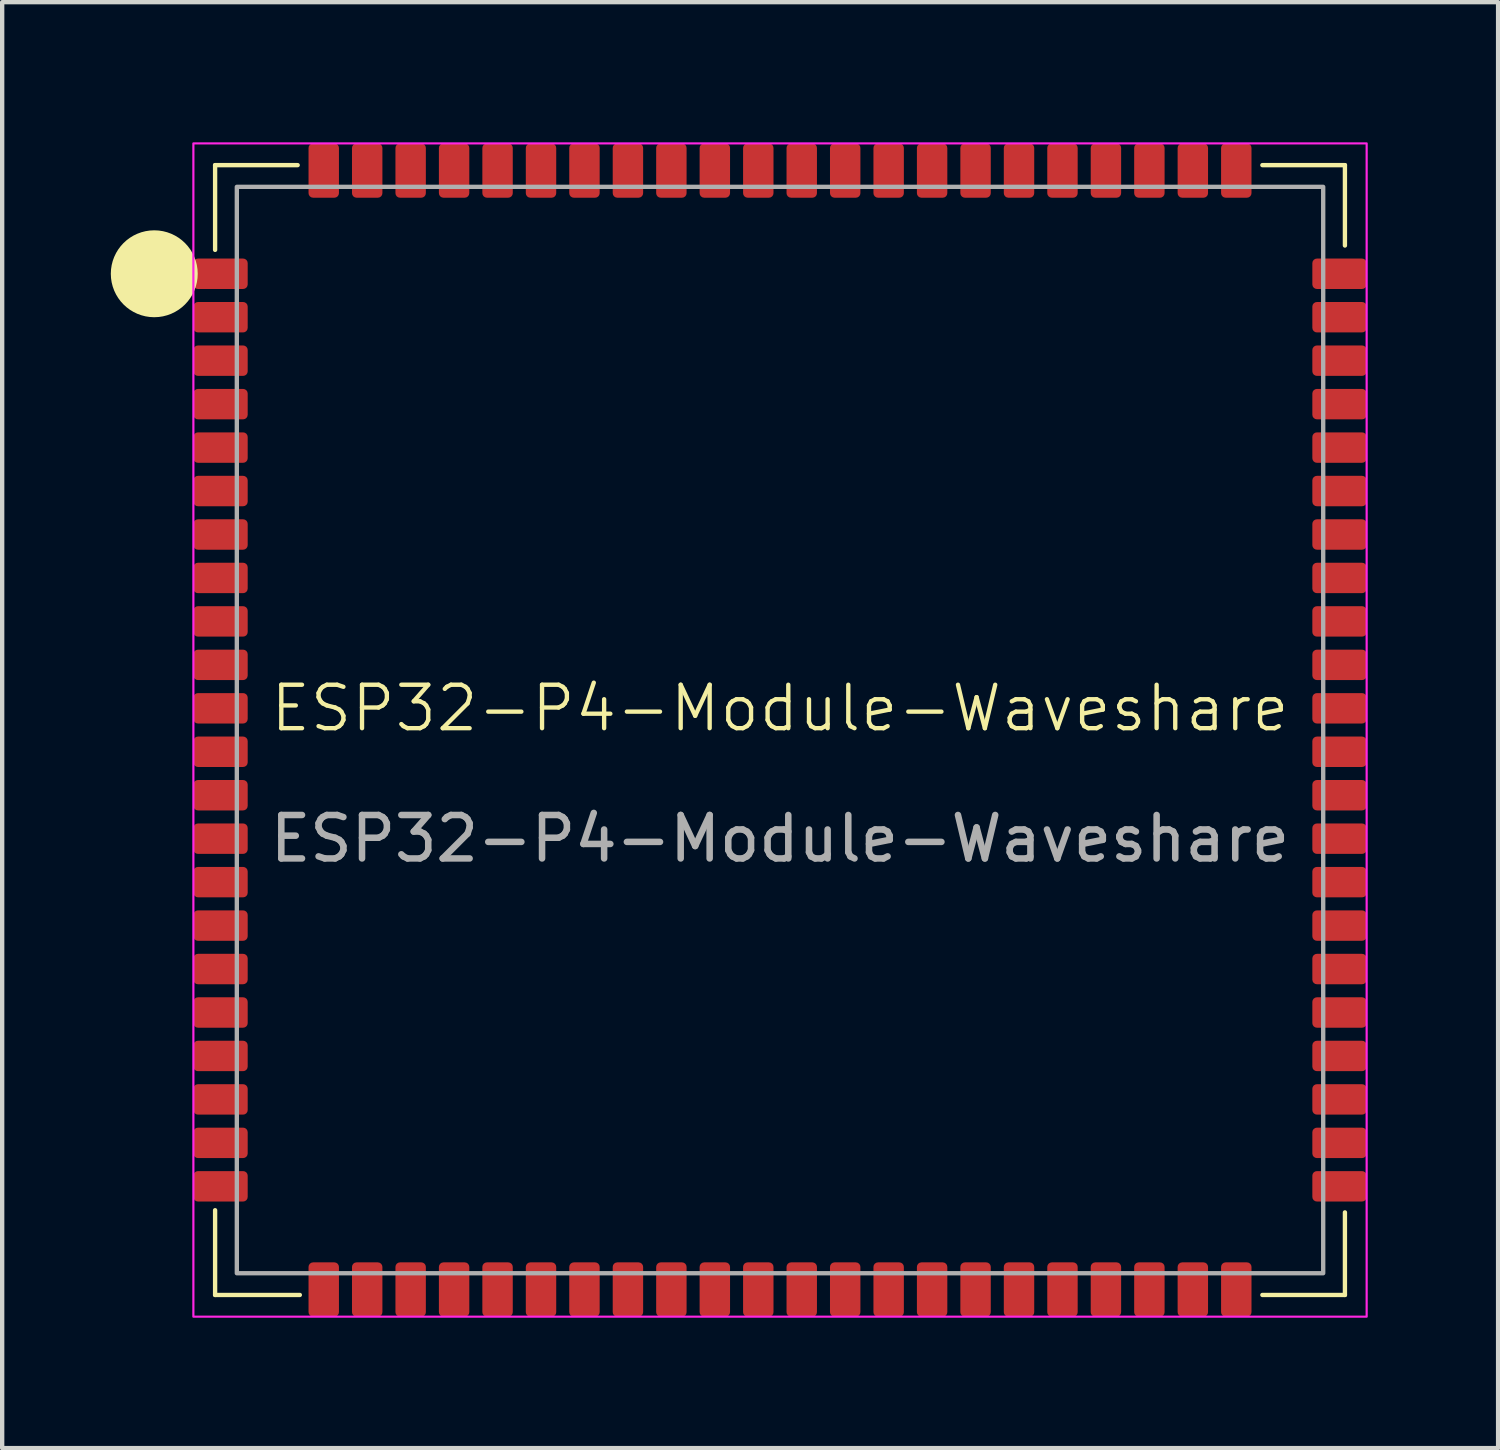
<source format=kicad_pcb>
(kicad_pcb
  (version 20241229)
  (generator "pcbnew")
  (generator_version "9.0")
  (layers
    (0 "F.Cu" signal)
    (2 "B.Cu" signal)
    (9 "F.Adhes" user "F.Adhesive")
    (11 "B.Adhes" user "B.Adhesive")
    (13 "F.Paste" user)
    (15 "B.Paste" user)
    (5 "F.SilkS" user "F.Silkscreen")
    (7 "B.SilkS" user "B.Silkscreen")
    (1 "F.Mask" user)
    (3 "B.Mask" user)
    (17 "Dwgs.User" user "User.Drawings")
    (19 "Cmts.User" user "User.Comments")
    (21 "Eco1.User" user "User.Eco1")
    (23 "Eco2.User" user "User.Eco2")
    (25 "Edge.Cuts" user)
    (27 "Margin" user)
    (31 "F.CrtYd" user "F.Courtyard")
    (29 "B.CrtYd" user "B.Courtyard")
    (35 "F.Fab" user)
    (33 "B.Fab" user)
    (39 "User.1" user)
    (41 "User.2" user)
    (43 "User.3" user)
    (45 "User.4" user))
  (footprint "ESP32-P4-Module-Waveshare"
    (layer "F.Cu")
    (at 1.4 0.25)
    (property "Reference" "ESP32-P4-Module-Waveshare" (at 13.5 13 0) (unlocked yes) (layer "F.SilkS") (effects (font (size 1 1) (thickness 0.1))))
    (attr through_hole)
    (fp_line (start 0.5 0.5) (end 2.4 0.5) (stroke (width 0.1) (type default)) (layer "F.SilkS"))
    (fp_line (start 0.5 2.45) (end 0.5 0.5) (stroke (width 0.1) (type default)) (layer "F.SilkS"))
    (fp_line (start 0.5 26.5) (end 0.5 24.55) (stroke (width 0.1) (type default)) (layer "F.SilkS"))
    (fp_line (start 2.45 26.5) (end 0.5 26.5) (stroke (width 0.1) (type default)) (layer "F.SilkS"))
    (fp_line (start 26.5 0.5) (end 24.6 0.5) (stroke (width 0.1) (type default)) (layer "F.SilkS"))
    (fp_line (start 26.5 2.35) (end 26.5 0.5) (stroke (width 0.1) (type default)) (layer "F.SilkS"))
    (fp_line (start 26.5 24.6) (end 26.5 26.5) (stroke (width 0.1) (type default)) (layer "F.SilkS"))
    (fp_line (start 26.5 26.5) (end 24.6 26.5) (stroke (width 0.1) (type default)) (layer "F.SilkS"))
    (fp_circle (center -0.9 3) (end -0.9 3) (stroke (width 1) (type solid)) (fill no) (layer "F.SilkS"))
    (fp_rect (start 0 0) (end 27 27) (stroke (width 0.05) (type solid)) (fill no) (layer "F.CrtYd"))
    (fp_rect (start 1 1) (end 26 26) (stroke (width 0.1) (type solid)) (fill no) (layer "F.Fab"))
    (fp_text user "${REFERENCE}" (at 13.5 16 0) (unlocked yes) (layer "F.Fab") (effects (font (size 1 1) (thickness 0.15))))
    (pad "1" smd roundrect (at 0.625 3) (size 1.25 0.7) (layers "F.Cu" "F.Mask" "F.Paste") (roundrect_rratio 0.15))
    (pad "2" smd roundrect (at 0.625 4 180) (size 1.25 0.7) (layers "F.Cu" "F.Mask" "F.Paste") (roundrect_rratio 0.15))
    (pad "3" smd roundrect (at 0.625 5 180) (size 1.25 0.7) (layers "F.Cu" "F.Mask" "F.Paste") (roundrect_rratio 0.15))
    (pad "4" smd roundrect (at 0.625 6 180) (size 1.25 0.7) (layers "F.Cu" "F.Mask" "F.Paste") (roundrect_rratio 0.15))
    (pad "5" smd roundrect (at 0.625 7 180) (size 1.25 0.7) (layers "F.Cu" "F.Mask" "F.Paste") (roundrect_rratio 0.15))
    (pad "6" smd roundrect (at 0.625 8 180) (size 1.25 0.7) (layers "F.Cu" "F.Mask" "F.Paste") (roundrect_rratio 0.15))
    (pad "7" smd roundrect (at 0.625 9 180) (size 1.25 0.7) (layers "F.Cu" "F.Mask" "F.Paste") (roundrect_rratio 0.15))
    (pad "8" smd roundrect (at 0.625 10 180) (size 1.25 0.7) (layers "F.Cu" "F.Mask" "F.Paste") (roundrect_rratio 0.15))
    (pad "9" smd roundrect (at 0.625 11 180) (size 1.25 0.7) (layers "F.Cu" "F.Mask" "F.Paste") (roundrect_rratio 0.15))
    (pad "10" smd roundrect (at 0.625 12 180) (size 1.25 0.7) (layers "F.Cu" "F.Mask" "F.Paste") (roundrect_rratio 0.15))
    (pad "11" smd roundrect (at 0.625 13 180) (size 1.25 0.7) (layers "F.Cu" "F.Mask" "F.Paste") (roundrect_rratio 0.15))
    (pad "12" smd roundrect (at 0.625 14 180) (size 1.25 0.7) (layers "F.Cu" "F.Mask" "F.Paste") (roundrect_rratio 0.15))
    (pad "13" smd roundrect (at 0.625 15 180) (size 1.25 0.7) (layers "F.Cu" "F.Mask" "F.Paste") (roundrect_rratio 0.15))
    (pad "14" smd roundrect (at 0.625 16 180) (size 1.25 0.7) (layers "F.Cu" "F.Mask" "F.Paste") (roundrect_rratio 0.15))
    (pad "15" smd roundrect (at 0.625 17 180) (size 1.25 0.7) (layers "F.Cu" "F.Mask" "F.Paste") (roundrect_rratio 0.15))
    (pad "16" smd roundrect (at 0.625 18 180) (size 1.25 0.7) (layers "F.Cu" "F.Mask" "F.Paste") (roundrect_rratio 0.15))
    (pad "17" smd roundrect (at 0.625 19 180) (size 1.25 0.7) (layers "F.Cu" "F.Mask" "F.Paste") (roundrect_rratio 0.15))
    (pad "18" smd roundrect (at 0.625 20 180) (size 1.25 0.7) (layers "F.Cu" "F.Mask" "F.Paste") (roundrect_rratio 0.15))
    (pad "19" smd roundrect (at 0.625 21 180) (size 1.25 0.7) (layers "F.Cu" "F.Mask" "F.Paste") (roundrect_rratio 0.15))
    (pad "20" smd roundrect (at 0.625 22 180) (size 1.25 0.7) (layers "F.Cu" "F.Mask" "F.Paste") (roundrect_rratio 0.15))
    (pad "21" smd roundrect (at 0.625 23 180) (size 1.25 0.7) (layers "F.Cu" "F.Mask" "F.Paste") (roundrect_rratio 0.15))
    (pad "22" smd roundrect (at 0.625 24 180) (size 1.25 0.7) (layers "F.Cu" "F.Mask" "F.Paste") (roundrect_rratio 0.15))
    (pad "23" smd roundrect (at 3 26.375 90) (size 1.25 0.7) (layers "F.Cu" "F.Mask" "F.Paste") (roundrect_rratio 0.15))
    (pad "24" smd roundrect (at 4 26.375 270) (size 1.25 0.7) (layers "F.Cu" "F.Mask" "F.Paste") (roundrect_rratio 0.15))
    (pad "25" smd roundrect (at 5 26.375 270) (size 1.25 0.7) (layers "F.Cu" "F.Mask" "F.Paste") (roundrect_rratio 0.15))
    (pad "26" smd roundrect (at 6 26.375 270) (size 1.25 0.7) (layers "F.Cu" "F.Mask" "F.Paste") (roundrect_rratio 0.15))
    (pad "27" smd roundrect (at 7 26.375 270) (size 1.25 0.7) (layers "F.Cu" "F.Mask" "F.Paste") (roundrect_rratio 0.15))
    (pad "28" smd roundrect (at 8 26.375 270) (size 1.25 0.7) (layers "F.Cu" "F.Mask" "F.Paste") (roundrect_rratio 0.15))
    (pad "29" smd roundrect (at 9 26.375 270) (size 1.25 0.7) (layers "F.Cu" "F.Mask" "F.Paste") (roundrect_rratio 0.15))
    (pad "30" smd roundrect (at 10 26.375 270) (size 1.25 0.7) (layers "F.Cu" "F.Mask" "F.Paste") (roundrect_rratio 0.15))
    (pad "31" smd roundrect (at 11 26.375 270) (size 1.25 0.7) (layers "F.Cu" "F.Mask" "F.Paste") (roundrect_rratio 0.15))
    (pad "32" smd roundrect (at 12 26.375 270) (size 1.25 0.7) (layers "F.Cu" "F.Mask" "F.Paste") (roundrect_rratio 0.15))
    (pad "33" smd roundrect (at 13 26.375 270) (size 1.25 0.7) (layers "F.Cu" "F.Mask" "F.Paste") (roundrect_rratio 0.15))
    (pad "34" smd roundrect (at 14 26.375 270) (size 1.25 0.7) (layers "F.Cu" "F.Mask" "F.Paste") (roundrect_rratio 0.15))
    (pad "35" smd roundrect (at 15 26.375 270) (size 1.25 0.7) (layers "F.Cu" "F.Mask" "F.Paste") (roundrect_rratio 0.15))
    (pad "36" smd roundrect (at 16 26.375 270) (size 1.25 0.7) (layers "F.Cu" "F.Mask" "F.Paste") (roundrect_rratio 0.15))
    (pad "37" smd roundrect (at 17 26.375 270) (size 1.25 0.7) (layers "F.Cu" "F.Mask" "F.Paste") (roundrect_rratio 0.15))
    (pad "38" smd roundrect (at 18 26.375 270) (size 1.25 0.7) (layers "F.Cu" "F.Mask" "F.Paste") (roundrect_rratio 0.15))
    (pad "39" smd roundrect (at 19 26.375 270) (size 1.25 0.7) (layers "F.Cu" "F.Mask" "F.Paste") (roundrect_rratio 0.15))
    (pad "40" smd roundrect (at 20 26.375 270) (size 1.25 0.7) (layers "F.Cu" "F.Mask" "F.Paste") (roundrect_rratio 0.15))
    (pad "41" smd roundrect (at 21 26.375 270) (size 1.25 0.7) (layers "F.Cu" "F.Mask" "F.Paste") (roundrect_rratio 0.15))
    (pad "42" smd roundrect (at 22 26.375 270) (size 1.25 0.7) (layers "F.Cu" "F.Mask" "F.Paste") (roundrect_rratio 0.15))
    (pad "43" smd roundrect (at 23 26.375 270) (size 1.25 0.7) (layers "F.Cu" "F.Mask" "F.Paste") (roundrect_rratio 0.15))
    (pad "44" smd roundrect (at 24 26.375 270) (size 1.25 0.7) (layers "F.Cu" "F.Mask" "F.Paste") (roundrect_rratio 0.15))
    (pad "45" smd roundrect (at 26.375 24) (size 1.25 0.7) (layers "F.Cu" "F.Mask" "F.Paste") (roundrect_rratio 0.15))
    (pad "46" smd roundrect (at 26.375 23) (size 1.25 0.7) (layers "F.Cu" "F.Mask" "F.Paste") (roundrect_rratio 0.15))
    (pad "47" smd roundrect (at 26.375 22) (size 1.25 0.7) (layers "F.Cu" "F.Mask" "F.Paste") (roundrect_rratio 0.15))
    (pad "48" smd roundrect (at 26.375 21) (size 1.25 0.7) (layers "F.Cu" "F.Mask" "F.Paste") (roundrect_rratio 0.15))
    (pad "49" smd roundrect (at 26.375 20) (size 1.25 0.7) (layers "F.Cu" "F.Mask" "F.Paste") (roundrect_rratio 0.15))
    (pad "50" smd roundrect (at 26.375 19) (size 1.25 0.7) (layers "F.Cu" "F.Mask" "F.Paste") (roundrect_rratio 0.15))
    (pad "51" smd roundrect (at 26.375 18) (size 1.25 0.7) (layers "F.Cu" "F.Mask" "F.Paste") (roundrect_rratio 0.15))
    (pad "52" smd roundrect (at 26.375 17) (size 1.25 0.7) (layers "F.Cu" "F.Mask" "F.Paste") (roundrect_rratio 0.15))
    (pad "53" smd roundrect (at 26.375 16) (size 1.25 0.7) (layers "F.Cu" "F.Mask" "F.Paste") (roundrect_rratio 0.15))
    (pad "54" smd roundrect (at 26.375 15) (size 1.25 0.7) (layers "F.Cu" "F.Mask" "F.Paste") (roundrect_rratio 0.15))
    (pad "55" smd roundrect (at 26.375 14) (size 1.25 0.7) (layers "F.Cu" "F.Mask" "F.Paste") (roundrect_rratio 0.15))
    (pad "56" smd roundrect (at 26.375 13) (size 1.25 0.7) (layers "F.Cu" "F.Mask" "F.Paste") (roundrect_rratio 0.15))
    (pad "57" smd roundrect (at 26.375 12) (size 1.25 0.7) (layers "F.Cu" "F.Mask" "F.Paste") (roundrect_rratio 0.15))
    (pad "58" smd roundrect (at 26.375 11) (size 1.25 0.7) (layers "F.Cu" "F.Mask" "F.Paste") (roundrect_rratio 0.15))
    (pad "59" smd roundrect (at 26.375 10) (size 1.25 0.7) (layers "F.Cu" "F.Mask" "F.Paste") (roundrect_rratio 0.15))
    (pad "60" smd roundrect (at 26.375 9) (size 1.25 0.7) (layers "F.Cu" "F.Mask" "F.Paste") (roundrect_rratio 0.15))
    (pad "61" smd roundrect (at 26.375 8) (size 1.25 0.7) (layers "F.Cu" "F.Mask" "F.Paste") (roundrect_rratio 0.15))
    (pad "62" smd roundrect (at 26.375 7) (size 1.25 0.7) (layers "F.Cu" "F.Mask" "F.Paste") (roundrect_rratio 0.15))
    (pad "63" smd roundrect (at 26.375 6) (size 1.25 0.7) (layers "F.Cu" "F.Mask" "F.Paste") (roundrect_rratio 0.15))
    (pad "64" smd roundrect (at 26.375 5) (size 1.25 0.7) (layers "F.Cu" "F.Mask" "F.Paste") (roundrect_rratio 0.15))
    (pad "65" smd roundrect (at 26.375 4) (size 1.25 0.7) (layers "F.Cu" "F.Mask" "F.Paste") (roundrect_rratio 0.15))
    (pad "66" smd roundrect (at 26.375 3) (size 1.25 0.7) (layers "F.Cu" "F.Mask" "F.Paste") (roundrect_rratio 0.15))
    (pad "67" smd roundrect (at 24 0.625 270) (size 1.25 0.7) (layers "F.Cu" "F.Mask" "F.Paste") (roundrect_rratio 0.15))
    (pad "68" smd roundrect (at 23 0.625 270) (size 1.25 0.7) (layers "F.Cu" "F.Mask" "F.Paste") (roundrect_rratio 0.15))
    (pad "69" smd roundrect (at 22 0.625 270) (size 1.25 0.7) (layers "F.Cu" "F.Mask" "F.Paste") (roundrect_rratio 0.15))
    (pad "70" smd roundrect (at 21 0.625 270) (size 1.25 0.7) (layers "F.Cu" "F.Mask" "F.Paste") (roundrect_rratio 0.15))
    (pad "71" smd roundrect (at 20 0.625 270) (size 1.25 0.7) (layers "F.Cu" "F.Mask" "F.Paste") (roundrect_rratio 0.15))
    (pad "72" smd roundrect (at 19 0.625 270) (size 1.25 0.7) (layers "F.Cu" "F.Mask" "F.Paste") (roundrect_rratio 0.15))
    (pad "73" smd roundrect (at 18 0.625 270) (size 1.25 0.7) (layers "F.Cu" "F.Mask" "F.Paste") (roundrect_rratio 0.15))
    (pad "74" smd roundrect (at 17 0.625 270) (size 1.25 0.7) (layers "F.Cu" "F.Mask" "F.Paste") (roundrect_rratio 0.15))
    (pad "75" smd roundrect (at 16 0.625 270) (size 1.25 0.7) (layers "F.Cu" "F.Mask" "F.Paste") (roundrect_rratio 0.15))
    (pad "76" smd roundrect (at 15 0.625 270) (size 1.25 0.7) (layers "F.Cu" "F.Mask" "F.Paste") (roundrect_rratio 0.15))
    (pad "77" smd roundrect (at 14 0.625 270) (size 1.25 0.7) (layers "F.Cu" "F.Mask" "F.Paste") (roundrect_rratio 0.15))
    (pad "78" smd roundrect (at 13 0.625 270) (size 1.25 0.7) (layers "F.Cu" "F.Mask" "F.Paste") (roundrect_rratio 0.15))
    (pad "79" smd roundrect (at 12 0.625 270) (size 1.25 0.7) (layers "F.Cu" "F.Mask" "F.Paste") (roundrect_rratio 0.15))
    (pad "80" smd roundrect (at 11 0.625 270) (size 1.25 0.7) (layers "F.Cu" "F.Mask" "F.Paste") (roundrect_rratio 0.15))
    (pad "81" smd roundrect (at 10 0.625 270) (size 1.25 0.7) (layers "F.Cu" "F.Mask" "F.Paste") (roundrect_rratio 0.15))
    (pad "82" smd roundrect (at 9 0.625 270) (size 1.25 0.7) (layers "F.Cu" "F.Mask" "F.Paste") (roundrect_rratio 0.15))
    (pad "83" smd roundrect (at 8 0.625 270) (size 1.25 0.7) (layers "F.Cu" "F.Mask" "F.Paste") (roundrect_rratio 0.15))
    (pad "84" smd roundrect (at 7 0.625 270) (size 1.25 0.7) (layers "F.Cu" "F.Mask" "F.Paste") (roundrect_rratio 0.15))
    (pad "85" smd roundrect (at 6 0.625 270) (size 1.25 0.7) (layers "F.Cu" "F.Mask" "F.Paste") (roundrect_rratio 0.15))
    (pad "86" smd roundrect (at 5 0.625 270) (size 1.25 0.7) (layers "F.Cu" "F.Mask" "F.Paste") (roundrect_rratio 0.15))
    (pad "87" smd roundrect (at 4 0.625 270) (size 1.25 0.7) (layers "F.Cu" "F.Mask" "F.Paste") (roundrect_rratio 0.15))
    (pad "88" smd roundrect (at 3 0.625 90) (size 1.25 0.7) (layers "F.Cu" "F.Mask" "F.Paste") (roundrect_rratio 0.15)))
  (gr_rect
    (start -3 -3)
    (end 31.425 30.275)
    (stroke (width 0.1) (type default))
    (fill no)
    (layer "Edge.Cuts")))
</source>
